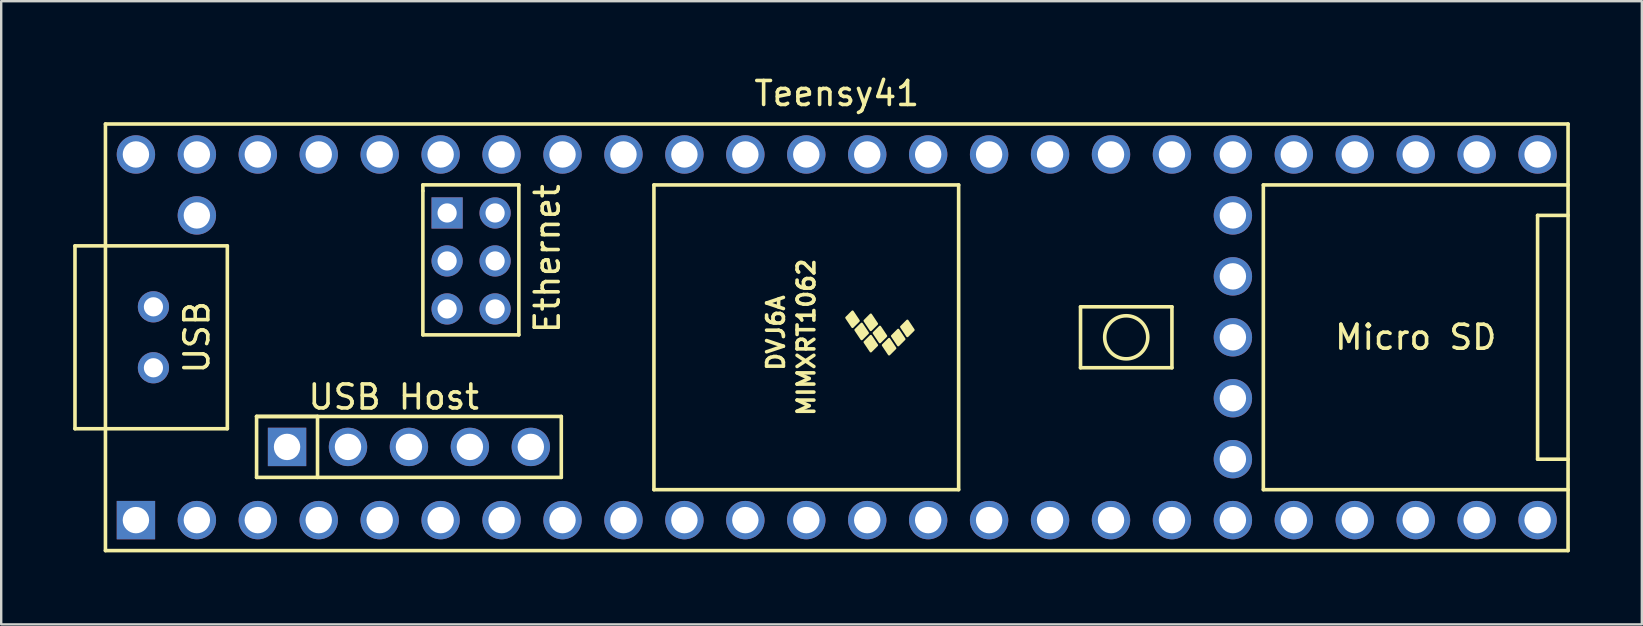
<source format=kicad_pcb>
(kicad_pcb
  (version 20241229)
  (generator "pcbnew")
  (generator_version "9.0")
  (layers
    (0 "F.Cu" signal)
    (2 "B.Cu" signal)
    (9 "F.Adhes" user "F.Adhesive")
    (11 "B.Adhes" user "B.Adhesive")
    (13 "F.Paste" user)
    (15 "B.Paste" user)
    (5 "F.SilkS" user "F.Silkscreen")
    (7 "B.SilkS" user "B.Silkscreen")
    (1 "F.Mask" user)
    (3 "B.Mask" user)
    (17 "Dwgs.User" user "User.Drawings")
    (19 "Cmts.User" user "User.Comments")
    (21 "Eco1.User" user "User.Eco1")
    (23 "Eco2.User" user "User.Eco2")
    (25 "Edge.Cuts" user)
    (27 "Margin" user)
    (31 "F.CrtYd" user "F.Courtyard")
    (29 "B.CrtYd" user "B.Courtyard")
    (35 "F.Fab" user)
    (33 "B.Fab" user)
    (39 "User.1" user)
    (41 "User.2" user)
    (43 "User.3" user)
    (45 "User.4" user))
  (footprint "Teensy41"
    (layer "F.Cu")
    (at 31.825 11.008)
    (property "Reference" "Teensy41" (at 0 -10.16 0) (layer "F.SilkS") (effects (font (size 1 1) (thickness 0.15))))
    (attr through_hole)
    (fp_line (start -31.75 -3.81) (end -30.48 -3.81) (stroke (width 0.15) (type solid)) (layer "F.SilkS"))
    (fp_line (start -31.75 3.81) (end -31.75 -3.81) (stroke (width 0.15) (type solid)) (layer "F.SilkS"))
    (fp_line (start -30.48 -8.89) (end 30.48 -8.89) (stroke (width 0.15) (type solid)) (layer "F.SilkS"))
    (fp_line (start -30.48 3.81) (end -31.75 3.81) (stroke (width 0.15) (type solid)) (layer "F.SilkS"))
    (fp_line (start -30.48 8.89) (end -30.48 -8.89) (stroke (width 0.15) (type solid)) (layer "F.SilkS"))
    (fp_line (start -25.4 -3.81) (end -30.48 -3.81) (stroke (width 0.15) (type solid)) (layer "F.SilkS"))
    (fp_line (start -25.4 3.81) (end -30.48 3.81) (stroke (width 0.15) (type solid)) (layer "F.SilkS"))
    (fp_line (start -25.4 3.81) (end -25.4 -3.81) (stroke (width 0.15) (type solid)) (layer "F.SilkS"))
    (fp_line (start -24.181 3.299) (end -21.641 3.299) (stroke (width 0.15) (type solid)) (layer "F.SilkS"))
    (fp_line (start -24.181 3.299) (end -11.481 3.299) (stroke (width 0.15) (type solid)) (layer "F.SilkS"))
    (fp_line (start -24.181 5.839) (end -24.181 3.299) (stroke (width 0.15) (type solid)) (layer "F.SilkS"))
    (fp_line (start -21.641 3.299) (end -21.641 5.839) (stroke (width 0.15) (type solid)) (layer "F.SilkS"))
    (fp_line (start -17.25 -6.352) (end -17.25 -6.102) (stroke (width 0.15) (type solid)) (layer "F.SilkS"))
    (fp_line (start -17.25 -6.102) (end -17.25 -0.102) (stroke (width 0.15) (type solid)) (layer "F.SilkS"))
    (fp_line (start -17.25 -0.102) (end -13.25 -0.102) (stroke (width 0.15) (type solid)) (layer "F.SilkS"))
    (fp_line (start -13.25 -6.352) (end -17.25 -6.352) (stroke (width 0.15) (type solid)) (layer "F.SilkS"))
    (fp_line (start -13.25 -0.102) (end -13.25 -6.352) (stroke (width 0.15) (type solid)) (layer "F.SilkS"))
    (fp_line (start -11.481 3.299) (end -11.481 5.839) (stroke (width 0.15) (type solid)) (layer "F.SilkS"))
    (fp_line (start -11.481 5.839) (end -24.181 5.839) (stroke (width 0.15) (type solid)) (layer "F.SilkS"))
    (fp_line (start -7.62 -6.35) (end -7.62 6.35) (stroke (width 0.15) (type solid)) (layer "F.SilkS"))
    (fp_line (start -7.62 6.35) (end 5.08 6.35) (stroke (width 0.15) (type solid)) (layer "F.SilkS"))
    (fp_line (start 5.08 -6.35) (end -7.62 -6.35) (stroke (width 0.15) (type solid)) (layer "F.SilkS"))
    (fp_line (start 5.08 6.35) (end 5.08 -6.35) (stroke (width 0.15) (type solid)) (layer "F.SilkS"))
    (fp_line (start 10.16 -1.27) (end 13.97 -1.27) (stroke (width 0.15) (type solid)) (layer "F.SilkS"))
    (fp_line (start 10.16 1.27) (end 10.16 -1.27) (stroke (width 0.15) (type solid)) (layer "F.SilkS"))
    (fp_line (start 13.97 -1.27) (end 13.97 1.27) (stroke (width 0.15) (type solid)) (layer "F.SilkS"))
    (fp_line (start 13.97 1.27) (end 10.16 1.27) (stroke (width 0.15) (type solid)) (layer "F.SilkS"))
    (fp_line (start 17.78 -6.35) (end 17.78 6.35) (stroke (width 0.15) (type solid)) (layer "F.SilkS"))
    (fp_line (start 17.78 6.35) (end 30.48 6.35) (stroke (width 0.15) (type solid)) (layer "F.SilkS"))
    (fp_line (start 29.21 -5.08) (end 29.21 5.08) (stroke (width 0.15) (type solid)) (layer "F.SilkS"))
    (fp_line (start 29.21 5.08) (end 30.48 5.08) (stroke (width 0.15) (type solid)) (layer "F.SilkS"))
    (fp_line (start 30.48 -8.89) (end 30.48 8.89) (stroke (width 0.15) (type solid)) (layer "F.SilkS"))
    (fp_line (start 30.48 -6.35) (end 17.78 -6.35) (stroke (width 0.15) (type solid)) (layer "F.SilkS"))
    (fp_line (start 30.48 -5.08) (end 29.21 -5.08) (stroke (width 0.15) (type solid)) (layer "F.SilkS"))
    (fp_line (start 30.48 8.89) (end -30.48 8.89) (stroke (width 0.15) (type solid)) (layer "F.SilkS"))
    (fp_circle (center 12.065 0) (end 12.7 -0.635) (stroke (width 0.15) (type solid)) (fill no) (layer "F.SilkS"))
    (fp_poly (pts (xy 0.911 -0.688) (xy 0.657 -0.434) (xy 0.403 -0.815) (xy 0.657 -1.069)) (stroke (width 0.1) (type solid)) (fill yes) (layer "F.SilkS"))
    (fp_poly (pts (xy 1.292 -0.18) (xy 1.038 0.074) (xy 0.784 -0.307) (xy 1.038 -0.561)) (stroke (width 0.1) (type solid)) (fill yes) (layer "F.SilkS"))
    (fp_poly (pts (xy 1.673 -0.561) (xy 1.419 -0.307) (xy 1.165 -0.688) (xy 1.419 -0.942)) (stroke (width 0.1) (type solid)) (fill yes) (layer "F.SilkS"))
    (fp_poly (pts (xy 1.673 0.328) (xy 1.419 0.582) (xy 1.165 0.201) (xy 1.419 -0.053)) (stroke (width 0.1) (type solid)) (fill yes) (layer "F.SilkS"))
    (fp_poly (pts (xy 2.054 -0.053) (xy 1.8 0.201) (xy 1.546 -0.18) (xy 1.8 -0.434)) (stroke (width 0.1) (type solid)) (fill yes) (layer "F.SilkS"))
    (fp_poly (pts (xy 2.435 0.455) (xy 2.181 0.709) (xy 1.927 0.328) (xy 2.181 0.074)) (stroke (width 0.1) (type solid)) (fill yes) (layer "F.SilkS"))
    (fp_poly (pts (xy 2.816 0.074) (xy 2.562 0.328) (xy 2.308 -0.053) (xy 2.562 -0.307)) (stroke (width 0.1) (type solid)) (fill yes) (layer "F.SilkS"))
    (fp_poly (pts (xy 3.197 -0.307) (xy 2.943 -0.053) (xy 2.689 -0.434) (xy 2.943 -0.688)) (stroke (width 0.1) (type solid)) (fill yes) (layer "F.SilkS"))
    (fp_text user "Micro SD" (at 24.13 0 0) (layer "F.SilkS") (effects (font (size 1 1) (thickness 0.15))))
    (fp_text user "Ethernet" (at -12.065 -3.277 90) (layer "F.SilkS") (effects (font (size 1 1) (thickness 0.15))))
    (fp_text user "USB" (at -26.67 0 270) (layer "F.SilkS") (effects (font (size 1 1) (thickness 0.15))))
    (fp_text user "MIMXRT1062" (at -1.27 0 270) (layer "F.SilkS") (effects (font (size 0.7 0.7) (thickness 0.15))))
    (fp_text user "DVJ6A" (at -2.54 -0.18 270) (layer "F.SilkS") (effects (font (size 0.7 0.7) (thickness 0.15))))
    (fp_text user "USB Host" (at -18.466 2.489 0) (layer "F.SilkS") (effects (font (size 1 1) (thickness 0.15))))
    (pad "1" thru_hole rect (at -29.21 7.62) (size 1.6 1.6) (drill 1.1) (layers "*.Cu" "*.Mask"))
    (pad "2" thru_hole circle (at -26.67 7.62) (size 1.6 1.6) (drill 1.1) (layers "*.Cu" "*.Mask"))
    (pad "3" thru_hole circle (at -24.13 7.62) (size 1.6 1.6) (drill 1.1) (layers "*.Cu" "*.Mask"))
    (pad "4" thru_hole circle (at -21.59 7.62) (size 1.6 1.6) (drill 1.1) (layers "*.Cu" "*.Mask"))
    (pad "5" thru_hole circle (at -19.05 7.62) (size 1.6 1.6) (drill 1.1) (layers "*.Cu" "*.Mask"))
    (pad "6" thru_hole circle (at -16.51 7.62) (size 1.6 1.6) (drill 1.1) (layers "*.Cu" "*.Mask"))
    (pad "7" thru_hole circle (at -13.97 7.62) (size 1.6 1.6) (drill 1.1) (layers "*.Cu" "*.Mask"))
    (pad "8" thru_hole circle (at -11.43 7.62) (size 1.6 1.6) (drill 1.1) (layers "*.Cu" "*.Mask"))
    (pad "9" thru_hole circle (at -8.89 7.62) (size 1.6 1.6) (drill 1.1) (layers "*.Cu" "*.Mask"))
    (pad "10" thru_hole circle (at -6.35 7.62) (size 1.6 1.6) (drill 1.1) (layers "*.Cu" "*.Mask"))
    (pad "11" thru_hole circle (at -3.81 7.62) (size 1.6 1.6) (drill 1.1) (layers "*.Cu" "*.Mask"))
    (pad "12" thru_hole circle (at -1.27 7.62) (size 1.6 1.6) (drill 1.1) (layers "*.Cu" "*.Mask"))
    (pad "13" thru_hole circle (at 1.27 7.62) (size 1.6 1.6) (drill 1.1) (layers "*.Cu" "*.Mask"))
    (pad "14" thru_hole circle (at 3.81 7.62) (size 1.6 1.6) (drill 1.1) (layers "*.Cu" "*.Mask"))
    (pad "15" thru_hole circle (at 6.35 7.62) (size 1.6 1.6) (drill 1.1) (layers "*.Cu" "*.Mask"))
    (pad "16" thru_hole circle (at 8.89 7.62) (size 1.6 1.6) (drill 1.1) (layers "*.Cu" "*.Mask"))
    (pad "17" thru_hole circle (at 11.43 7.62) (size 1.6 1.6) (drill 1.1) (layers "*.Cu" "*.Mask"))
    (pad "18" thru_hole circle (at 13.97 7.62) (size 1.6 1.6) (drill 1.1) (layers "*.Cu" "*.Mask"))
    (pad "19" thru_hole circle (at 16.51 7.62) (size 1.6 1.6) (drill 1.1) (layers "*.Cu" "*.Mask"))
    (pad "20" thru_hole circle (at 19.05 7.62) (size 1.6 1.6) (drill 1.1) (layers "*.Cu" "*.Mask"))
    (pad "21" thru_hole circle (at 21.59 7.62) (size 1.6 1.6) (drill 1.1) (layers "*.Cu" "*.Mask"))
    (pad "22" thru_hole circle (at 24.13 7.62) (size 1.6 1.6) (drill 1.1) (layers "*.Cu" "*.Mask"))
    (pad "23" thru_hole circle (at 26.67 7.62) (size 1.6 1.6) (drill 1.1) (layers "*.Cu" "*.Mask"))
    (pad "24" thru_hole circle (at 29.21 7.62) (size 1.6 1.6) (drill 1.1) (layers "*.Cu" "*.Mask"))
    (pad "25" thru_hole circle (at 29.21 -7.62) (size 1.6 1.6) (drill 1.1) (layers "*.Cu" "*.Mask"))
    (pad "26" thru_hole circle (at 26.67 -7.62) (size 1.6 1.6) (drill 1.1) (layers "*.Cu" "*.Mask"))
    (pad "27" thru_hole circle (at 24.13 -7.62) (size 1.6 1.6) (drill 1.1) (layers "*.Cu" "*.Mask"))
    (pad "28" thru_hole circle (at 21.59 -7.62) (size 1.6 1.6) (drill 1.1) (layers "*.Cu" "*.Mask"))
    (pad "29" thru_hole circle (at 19.05 -7.62) (size 1.6 1.6) (drill 1.1) (layers "*.Cu" "*.Mask"))
    (pad "30" thru_hole circle (at 16.51 -7.62) (size 1.6 1.6) (drill 1.1) (layers "*.Cu" "*.Mask"))
    (pad "31" thru_hole circle (at 13.97 -7.62) (size 1.6 1.6) (drill 1.1) (layers "*.Cu" "*.Mask"))
    (pad "32" thru_hole circle (at 11.43 -7.62) (size 1.6 1.6) (drill 1.1) (layers "*.Cu" "*.Mask"))
    (pad "33" thru_hole circle (at 8.89 -7.62) (size 1.6 1.6) (drill 1.1) (layers "*.Cu" "*.Mask"))
    (pad "34" thru_hole circle (at 6.35 -7.62) (size 1.6 1.6) (drill 1.1) (layers "*.Cu" "*.Mask"))
    (pad "35" thru_hole circle (at 3.81 -7.62) (size 1.6 1.6) (drill 1.1) (layers "*.Cu" "*.Mask"))
    (pad "36" thru_hole circle (at 1.27 -7.62) (size 1.6 1.6) (drill 1.1) (layers "*.Cu" "*.Mask"))
    (pad "37" thru_hole circle (at -1.27 -7.62) (size 1.6 1.6) (drill 1.1) (layers "*.Cu" "*.Mask"))
    (pad "38" thru_hole circle (at -3.81 -7.62) (size 1.6 1.6) (drill 1.1) (layers "*.Cu" "*.Mask"))
    (pad "39" thru_hole circle (at -6.35 -7.62) (size 1.6 1.6) (drill 1.1) (layers "*.Cu" "*.Mask"))
    (pad "40" thru_hole circle (at -8.89 -7.62) (size 1.6 1.6) (drill 1.1) (layers "*.Cu" "*.Mask"))
    (pad "41" thru_hole circle (at -11.43 -7.62) (size 1.6 1.6) (drill 1.1) (layers "*.Cu" "*.Mask"))
    (pad "42" thru_hole circle (at -13.97 -7.62) (size 1.6 1.6) (drill 1.1) (layers "*.Cu" "*.Mask"))
    (pad "43" thru_hole circle (at -16.51 -7.62) (size 1.6 1.6) (drill 1.1) (layers "*.Cu" "*.Mask"))
    (pad "44" thru_hole circle (at -19.05 -7.62) (size 1.6 1.6) (drill 1.1) (layers "*.Cu" "*.Mask"))
    (pad "45" thru_hole circle (at -21.59 -7.62) (size 1.6 1.6) (drill 1.1) (layers "*.Cu" "*.Mask"))
    (pad "46" thru_hole circle (at -24.13 -7.62) (size 1.6 1.6) (drill 1.1) (layers "*.Cu" "*.Mask"))
    (pad "47" thru_hole circle (at -26.67 -7.62) (size 1.6 1.6) (drill 1.1) (layers "*.Cu" "*.Mask"))
    (pad "48" thru_hole circle (at -29.21 -7.62) (size 1.6 1.6) (drill 1.1) (layers "*.Cu" "*.Mask"))
    (pad "49" thru_hole circle (at -26.67 -5.08) (size 1.6 1.6) (drill 1.1) (layers "*.Cu" "*.Mask"))
    (pad "50" thru_hole circle (at 16.51 5.08) (size 1.6 1.6) (drill 1.1) (layers "*.Cu" "*.Mask"))
    (pad "51" thru_hole circle (at 16.51 2.54) (size 1.6 1.6) (drill 1.1) (layers "*.Cu" "*.Mask"))
    (pad "52" thru_hole circle (at 16.51 0) (size 1.6 1.6) (drill 1.1) (layers "*.Cu" "*.Mask"))
    (pad "53" thru_hole circle (at 16.51 -2.54) (size 1.6 1.6) (drill 1.1) (layers "*.Cu" "*.Mask"))
    (pad "54" thru_hole circle (at 16.51 -5.08) (size 1.6 1.6) (drill 1.1) (layers "*.Cu" "*.Mask"))
    (pad "55" thru_hole rect (at -22.911 4.569) (size 1.6 1.6) (drill 1.1) (layers "*.Cu" "*.Mask"))
    (pad "56" thru_hole circle (at -20.371 4.569) (size 1.6 1.6) (drill 1.1) (layers "*.Cu" "*.Mask"))
    (pad "57" thru_hole circle (at -17.831 4.569) (size 1.6 1.6) (drill 1.1) (layers "*.Cu" "*.Mask"))
    (pad "58" thru_hole circle (at -15.291 4.569) (size 1.6 1.6) (drill 1.1) (layers "*.Cu" "*.Mask"))
    (pad "59" thru_hole circle (at -12.751 4.569) (size 1.6 1.6) (drill 1.1) (layers "*.Cu" "*.Mask"))
    (pad "60" thru_hole rect (at -16.24 -5.182) (size 1.3 1.3) (drill 0.8) (layers "*.Cu" "*.Mask"))
    (pad "61" thru_hole circle (at -16.24 -3.182) (size 1.3 1.3) (drill 0.8) (layers "*.Cu" "*.Mask"))
    (pad "62" thru_hole circle (at -16.24 -1.182) (size 1.3 1.3) (drill 0.8) (layers "*.Cu" "*.Mask"))
    (pad "63" thru_hole circle (at -14.24 -1.182) (size 1.3 1.3) (drill 0.8) (layers "*.Cu" "*.Mask"))
    (pad "64" thru_hole circle (at -14.24 -3.182) (size 1.3 1.3) (drill 0.8) (layers "*.Cu" "*.Mask"))
    (pad "65" thru_hole circle (at -14.24 -5.182) (size 1.3 1.3) (drill 0.8) (layers "*.Cu" "*.Mask"))
    (pad "66" thru_hole circle (at -28.48 -1.27) (size 1.3 1.3) (drill 0.8) (layers "*.Cu" "*.Mask"))
    (pad "67" thru_hole circle (at -28.48 1.27) (size 1.3 1.3) (drill 0.8) (layers "*.Cu" "*.Mask")))
  (gr_rect
    (start -3 -3)
    (end 65.38 22.973)
    (stroke (width 0.1) (type default))
    (fill no)
    (layer "Edge.Cuts")))
</source>
